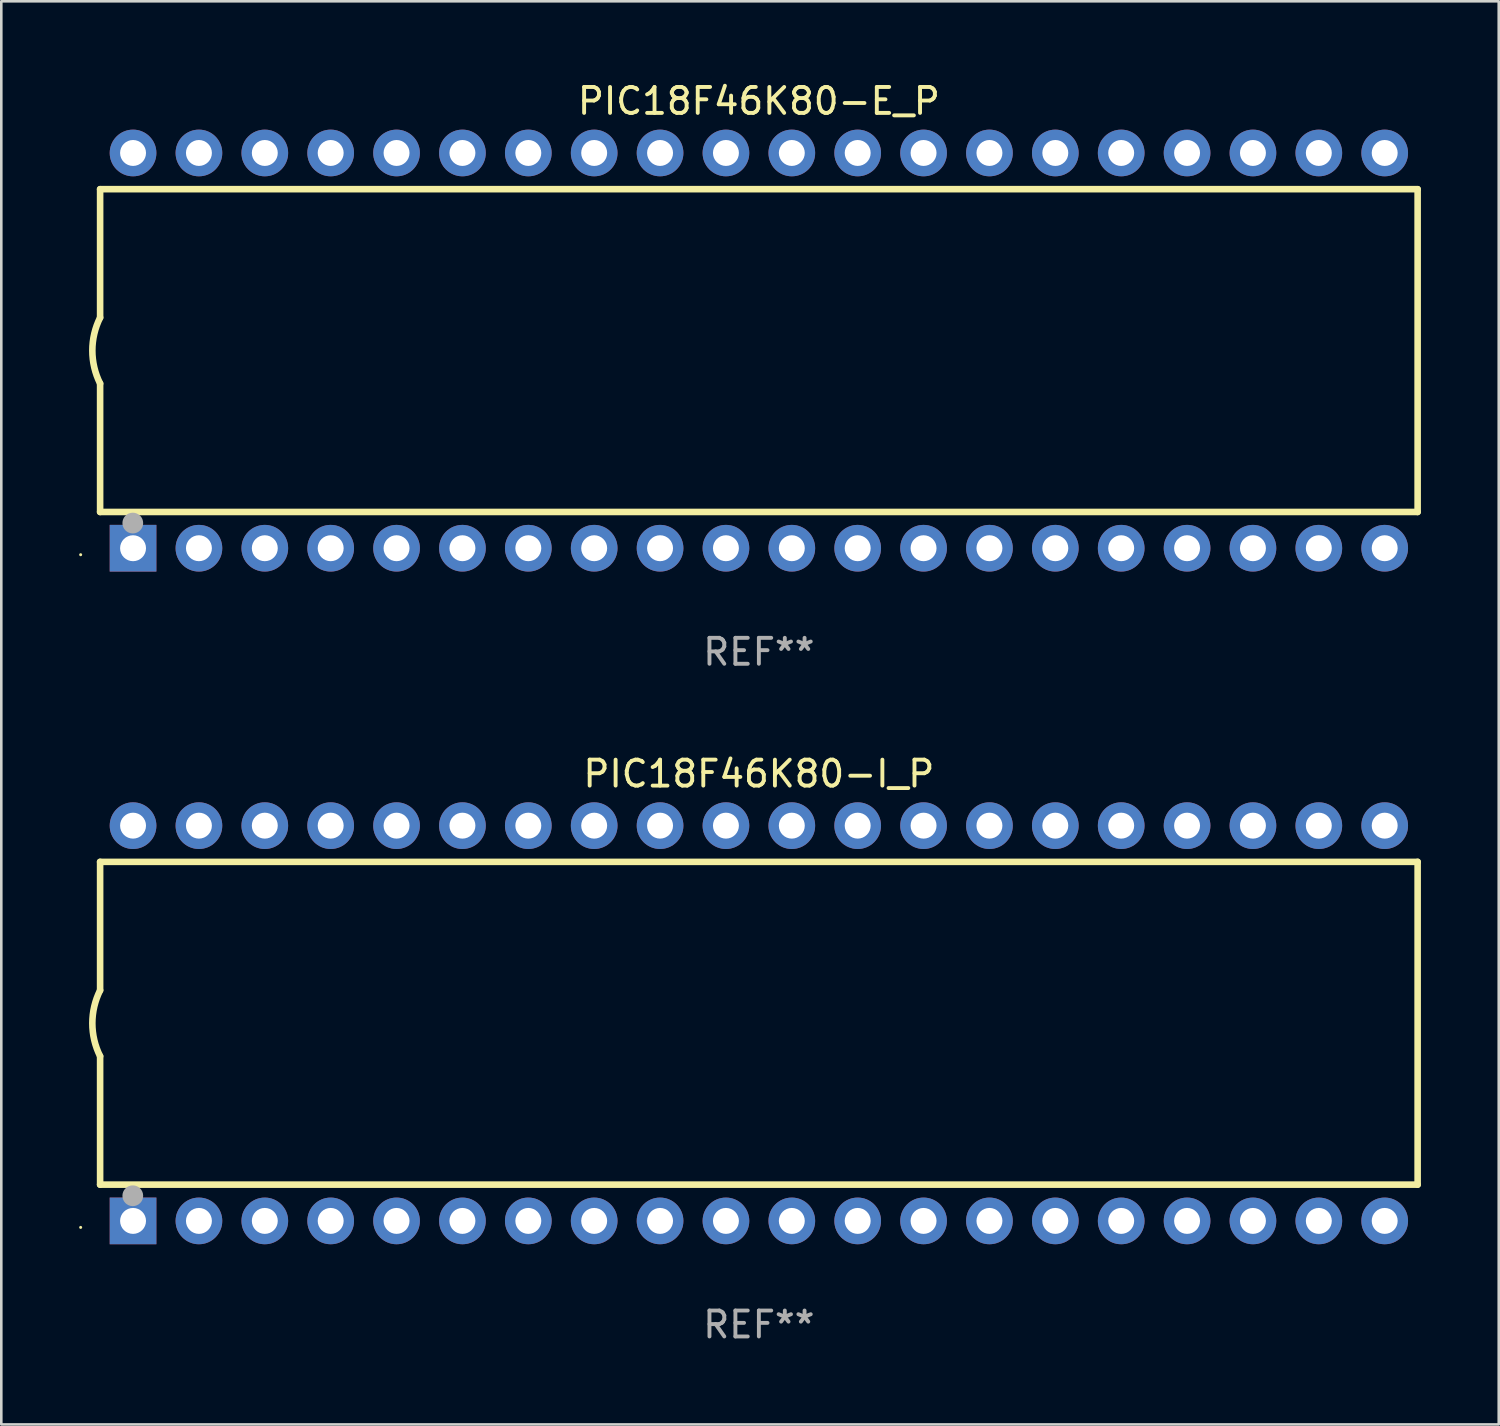
<source format=kicad_pcb>
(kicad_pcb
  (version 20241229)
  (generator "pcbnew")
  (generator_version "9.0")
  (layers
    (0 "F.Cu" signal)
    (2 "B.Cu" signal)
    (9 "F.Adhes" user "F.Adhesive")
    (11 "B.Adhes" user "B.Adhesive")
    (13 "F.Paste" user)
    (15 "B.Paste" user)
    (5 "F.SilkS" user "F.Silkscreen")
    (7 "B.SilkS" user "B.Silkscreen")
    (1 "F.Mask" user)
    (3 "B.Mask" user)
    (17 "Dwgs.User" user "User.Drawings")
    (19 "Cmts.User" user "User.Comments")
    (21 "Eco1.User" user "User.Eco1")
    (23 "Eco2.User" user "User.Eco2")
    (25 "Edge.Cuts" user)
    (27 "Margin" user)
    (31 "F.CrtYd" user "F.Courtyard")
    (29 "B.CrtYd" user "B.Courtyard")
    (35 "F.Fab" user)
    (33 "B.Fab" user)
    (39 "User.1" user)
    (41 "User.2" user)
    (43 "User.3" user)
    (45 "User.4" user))
  (footprint "PIC18F46K80-I_P"
    (layer "F.Cu")
    (at 26.21 36.405)
    (property "Reference" "PIC18F46K80-I_P" (at 0 -9.62 0) (layer "F.SilkS") (effects (font (size 1 1) (thickness 0.15))))
    (attr through_hole)
    (fp_line (start -25.4 -6.224) (end -25.4 -1.271) (stroke (width 0.254) (type solid)) (layer "F.SilkS"))
    (fp_line (start -25.4 -6.224) (end 25.4 -6.224) (stroke (width 0.254) (type solid)) (layer "F.SilkS"))
    (fp_line (start -25.4 1.269) (end -25.4 6.222) (stroke (width 0.254) (type solid)) (layer "F.SilkS"))
    (fp_line (start -25.4 6.222) (end 25.4 6.222) (stroke (width 0.254) (type solid)) (layer "F.SilkS"))
    (fp_line (start 25.4 6.222) (end 25.4 -6.224) (stroke (width 0.254) (type solid)) (layer "F.SilkS"))
    (fp_arc (start -25.4 1.269241) (mid -25.699807 -0.000762) (end -25.4 -1.270765) (stroke (width 0.254001) (type solid)) (layer "F.SilkS"))
    (fp_circle (center -26.15 7.87) (end -26.12 7.87) (stroke (width 0.06) (type solid)) (fill no) (layer "F.SilkS"))
    (fp_circle (center -24.14 6.65) (end -23.94 6.65) (stroke (width 0.4) (type solid)) (fill no) (layer "F.Fab"))
    (fp_text user "REF**" (at 0 11.62 0) (layer "F.Fab") (effects (font (size 1 1) (thickness 0.15))))
    (pad "1" thru_hole rect (at -24.13 7.62 90) (size 1.8 1.8) (drill 1) (layers "*.Cu" "*.Mask"))
    (pad "2" thru_hole circle (at -21.59 7.62) (size 1.8 1.8) (drill 1) (layers "*.Cu" "*.Mask"))
    (pad "3" thru_hole circle (at -19.05 7.62) (size 1.8 1.8) (drill 1) (layers "*.Cu" "*.Mask"))
    (pad "4" thru_hole circle (at -16.51 7.62) (size 1.8 1.8) (drill 1) (layers "*.Cu" "*.Mask"))
    (pad "5" thru_hole circle (at -13.97 7.62) (size 1.8 1.8) (drill 1) (layers "*.Cu" "*.Mask"))
    (pad "6" thru_hole circle (at -11.43 7.62) (size 1.8 1.8) (drill 1) (layers "*.Cu" "*.Mask"))
    (pad "7" thru_hole circle (at -8.89 7.62) (size 1.8 1.8) (drill 1) (layers "*.Cu" "*.Mask"))
    (pad "8" thru_hole circle (at -6.35 7.62) (size 1.8 1.8) (drill 1) (layers "*.Cu" "*.Mask"))
    (pad "9" thru_hole circle (at -3.81 7.62) (size 1.8 1.8) (drill 1) (layers "*.Cu" "*.Mask"))
    (pad "10" thru_hole circle (at -1.27 7.62) (size 1.8 1.8) (drill 1) (layers "*.Cu" "*.Mask"))
    (pad "11" thru_hole circle (at 1.27 7.62) (size 1.8 1.8) (drill 1) (layers "*.Cu" "*.Mask"))
    (pad "12" thru_hole circle (at 3.81 7.62) (size 1.8 1.8) (drill 1) (layers "*.Cu" "*.Mask"))
    (pad "13" thru_hole circle (at 6.35 7.62) (size 1.8 1.8) (drill 1) (layers "*.Cu" "*.Mask"))
    (pad "14" thru_hole circle (at 8.89 7.62) (size 1.8 1.8) (drill 1) (layers "*.Cu" "*.Mask"))
    (pad "15" thru_hole circle (at 11.43 7.62) (size 1.8 1.8) (drill 1) (layers "*.Cu" "*.Mask"))
    (pad "16" thru_hole circle (at 13.97 7.62) (size 1.8 1.8) (drill 1) (layers "*.Cu" "*.Mask"))
    (pad "17" thru_hole circle (at 16.51 7.62) (size 1.8 1.8) (drill 1) (layers "*.Cu" "*.Mask"))
    (pad "18" thru_hole circle (at 19.05 7.62) (size 1.8 1.8) (drill 1) (layers "*.Cu" "*.Mask"))
    (pad "19" thru_hole circle (at 21.59 7.62) (size 1.8 1.8) (drill 1) (layers "*.Cu" "*.Mask"))
    (pad "20" thru_hole circle (at 24.13 7.62) (size 1.8 1.8) (drill 1) (layers "*.Cu" "*.Mask"))
    (pad "21" thru_hole circle (at 24.13 -7.62) (size 1.8 1.8) (drill 1) (layers "*.Cu" "*.Mask"))
    (pad "22" thru_hole circle (at 21.59 -7.62) (size 1.8 1.8) (drill 1) (layers "*.Cu" "*.Mask"))
    (pad "23" thru_hole circle (at 19.05 -7.62) (size 1.8 1.8) (drill 1) (layers "*.Cu" "*.Mask"))
    (pad "24" thru_hole circle (at 16.51 -7.62) (size 1.8 1.8) (drill 1) (layers "*.Cu" "*.Mask"))
    (pad "25" thru_hole circle (at 13.97 -7.62) (size 1.8 1.8) (drill 1) (layers "*.Cu" "*.Mask"))
    (pad "26" thru_hole circle (at 11.43 -7.62) (size 1.8 1.8) (drill 1) (layers "*.Cu" "*.Mask"))
    (pad "27" thru_hole circle (at 8.89 -7.62) (size 1.8 1.8) (drill 1) (layers "*.Cu" "*.Mask"))
    (pad "28" thru_hole circle (at 6.35 -7.62) (size 1.8 1.8) (drill 1) (layers "*.Cu" "*.Mask"))
    (pad "29" thru_hole circle (at 3.81 -7.62) (size 1.8 1.8) (drill 1) (layers "*.Cu" "*.Mask"))
    (pad "30" thru_hole circle (at 1.27 -7.62) (size 1.8 1.8) (drill 1) (layers "*.Cu" "*.Mask"))
    (pad "31" thru_hole circle (at -1.27 -7.62) (size 1.8 1.8) (drill 1) (layers "*.Cu" "*.Mask"))
    (pad "32" thru_hole circle (at -3.81 -7.62) (size 1.8 1.8) (drill 1) (layers "*.Cu" "*.Mask"))
    (pad "33" thru_hole circle (at -6.35 -7.62) (size 1.8 1.8) (drill 1) (layers "*.Cu" "*.Mask"))
    (pad "34" thru_hole circle (at -8.89 -7.62) (size 1.8 1.8) (drill 1) (layers "*.Cu" "*.Mask"))
    (pad "35" thru_hole circle (at -11.43 -7.62) (size 1.8 1.8) (drill 1) (layers "*.Cu" "*.Mask"))
    (pad "36" thru_hole circle (at -13.97 -7.62) (size 1.8 1.8) (drill 1) (layers "*.Cu" "*.Mask"))
    (pad "37" thru_hole circle (at -16.51 -7.62) (size 1.8 1.8) (drill 1) (layers "*.Cu" "*.Mask"))
    (pad "38" thru_hole circle (at -19.05 -7.62) (size 1.8 1.8) (drill 1) (layers "*.Cu" "*.Mask"))
    (pad "39" thru_hole circle (at -21.59 -7.62) (size 1.8 1.8) (drill 1) (layers "*.Cu" "*.Mask"))
    (pad "40" thru_hole circle (at -24.13 -7.62) (size 1.8 1.8) (drill 1) (layers "*.Cu" "*.Mask")))
  (footprint "PIC18F46K80-E_P"
    (layer "F.Cu")
    (at 26.21 10.468)
    (property "Reference" "PIC18F46K80-E_P" (at 0 -9.62 0) (layer "F.SilkS") (effects (font (size 1 1) (thickness 0.15))))
    (attr through_hole)
    (fp_line (start -25.4 -6.224) (end -25.4 -1.271) (stroke (width 0.254) (type solid)) (layer "F.SilkS"))
    (fp_line (start -25.4 -6.224) (end 25.4 -6.224) (stroke (width 0.254) (type solid)) (layer "F.SilkS"))
    (fp_line (start -25.4 1.269) (end -25.4 6.222) (stroke (width 0.254) (type solid)) (layer "F.SilkS"))
    (fp_line (start -25.4 6.222) (end 25.4 6.222) (stroke (width 0.254) (type solid)) (layer "F.SilkS"))
    (fp_line (start 25.4 6.222) (end 25.4 -6.224) (stroke (width 0.254) (type solid)) (layer "F.SilkS"))
    (fp_arc (start -25.4 1.269241) (mid -25.699807 -0.000762) (end -25.4 -1.270765) (stroke (width 0.254001) (type solid)) (layer "F.SilkS"))
    (fp_circle (center -26.15 7.87) (end -26.12 7.87) (stroke (width 0.06) (type solid)) (fill no) (layer "F.SilkS"))
    (fp_circle (center -24.14 6.65) (end -23.94 6.65) (stroke (width 0.4) (type solid)) (fill no) (layer "F.Fab"))
    (fp_text user "REF**" (at 0 11.62 0) (layer "F.Fab") (effects (font (size 1 1) (thickness 0.15))))
    (pad "1" thru_hole rect (at -24.13 7.62 90) (size 1.8 1.8) (drill 1) (layers "*.Cu" "*.Mask"))
    (pad "2" thru_hole circle (at -21.59 7.62) (size 1.8 1.8) (drill 1) (layers "*.Cu" "*.Mask"))
    (pad "3" thru_hole circle (at -19.05 7.62) (size 1.8 1.8) (drill 1) (layers "*.Cu" "*.Mask"))
    (pad "4" thru_hole circle (at -16.51 7.62) (size 1.8 1.8) (drill 1) (layers "*.Cu" "*.Mask"))
    (pad "5" thru_hole circle (at -13.97 7.62) (size 1.8 1.8) (drill 1) (layers "*.Cu" "*.Mask"))
    (pad "6" thru_hole circle (at -11.43 7.62) (size 1.8 1.8) (drill 1) (layers "*.Cu" "*.Mask"))
    (pad "7" thru_hole circle (at -8.89 7.62) (size 1.8 1.8) (drill 1) (layers "*.Cu" "*.Mask"))
    (pad "8" thru_hole circle (at -6.35 7.62) (size 1.8 1.8) (drill 1) (layers "*.Cu" "*.Mask"))
    (pad "9" thru_hole circle (at -3.81 7.62) (size 1.8 1.8) (drill 1) (layers "*.Cu" "*.Mask"))
    (pad "10" thru_hole circle (at -1.27 7.62) (size 1.8 1.8) (drill 1) (layers "*.Cu" "*.Mask"))
    (pad "11" thru_hole circle (at 1.27 7.62) (size 1.8 1.8) (drill 1) (layers "*.Cu" "*.Mask"))
    (pad "12" thru_hole circle (at 3.81 7.62) (size 1.8 1.8) (drill 1) (layers "*.Cu" "*.Mask"))
    (pad "13" thru_hole circle (at 6.35 7.62) (size 1.8 1.8) (drill 1) (layers "*.Cu" "*.Mask"))
    (pad "14" thru_hole circle (at 8.89 7.62) (size 1.8 1.8) (drill 1) (layers "*.Cu" "*.Mask"))
    (pad "15" thru_hole circle (at 11.43 7.62) (size 1.8 1.8) (drill 1) (layers "*.Cu" "*.Mask"))
    (pad "16" thru_hole circle (at 13.97 7.62) (size 1.8 1.8) (drill 1) (layers "*.Cu" "*.Mask"))
    (pad "17" thru_hole circle (at 16.51 7.62) (size 1.8 1.8) (drill 1) (layers "*.Cu" "*.Mask"))
    (pad "18" thru_hole circle (at 19.05 7.62) (size 1.8 1.8) (drill 1) (layers "*.Cu" "*.Mask"))
    (pad "19" thru_hole circle (at 21.59 7.62) (size 1.8 1.8) (drill 1) (layers "*.Cu" "*.Mask"))
    (pad "20" thru_hole circle (at 24.13 7.62) (size 1.8 1.8) (drill 1) (layers "*.Cu" "*.Mask"))
    (pad "21" thru_hole circle (at 24.13 -7.62) (size 1.8 1.8) (drill 1) (layers "*.Cu" "*.Mask"))
    (pad "22" thru_hole circle (at 21.59 -7.62) (size 1.8 1.8) (drill 1) (layers "*.Cu" "*.Mask"))
    (pad "23" thru_hole circle (at 19.05 -7.62) (size 1.8 1.8) (drill 1) (layers "*.Cu" "*.Mask"))
    (pad "24" thru_hole circle (at 16.51 -7.62) (size 1.8 1.8) (drill 1) (layers "*.Cu" "*.Mask"))
    (pad "25" thru_hole circle (at 13.97 -7.62) (size 1.8 1.8) (drill 1) (layers "*.Cu" "*.Mask"))
    (pad "26" thru_hole circle (at 11.43 -7.62) (size 1.8 1.8) (drill 1) (layers "*.Cu" "*.Mask"))
    (pad "27" thru_hole circle (at 8.89 -7.62) (size 1.8 1.8) (drill 1) (layers "*.Cu" "*.Mask"))
    (pad "28" thru_hole circle (at 6.35 -7.62) (size 1.8 1.8) (drill 1) (layers "*.Cu" "*.Mask"))
    (pad "29" thru_hole circle (at 3.81 -7.62) (size 1.8 1.8) (drill 1) (layers "*.Cu" "*.Mask"))
    (pad "30" thru_hole circle (at 1.27 -7.62) (size 1.8 1.8) (drill 1) (layers "*.Cu" "*.Mask"))
    (pad "31" thru_hole circle (at -1.27 -7.62) (size 1.8 1.8) (drill 1) (layers "*.Cu" "*.Mask"))
    (pad "32" thru_hole circle (at -3.81 -7.62) (size 1.8 1.8) (drill 1) (layers "*.Cu" "*.Mask"))
    (pad "33" thru_hole circle (at -6.35 -7.62) (size 1.8 1.8) (drill 1) (layers "*.Cu" "*.Mask"))
    (pad "34" thru_hole circle (at -8.89 -7.62) (size 1.8 1.8) (drill 1) (layers "*.Cu" "*.Mask"))
    (pad "35" thru_hole circle (at -11.43 -7.62) (size 1.8 1.8) (drill 1) (layers "*.Cu" "*.Mask"))
    (pad "36" thru_hole circle (at -13.97 -7.62) (size 1.8 1.8) (drill 1) (layers "*.Cu" "*.Mask"))
    (pad "37" thru_hole circle (at -16.51 -7.62) (size 1.8 1.8) (drill 1) (layers "*.Cu" "*.Mask"))
    (pad "38" thru_hole circle (at -19.05 -7.62) (size 1.8 1.8) (drill 1) (layers "*.Cu" "*.Mask"))
    (pad "39" thru_hole circle (at -21.59 -7.62) (size 1.8 1.8) (drill 1) (layers "*.Cu" "*.Mask"))
    (pad "40" thru_hole circle (at -24.13 -7.62) (size 1.8 1.8) (drill 1) (layers "*.Cu" "*.Mask")))
  (gr_rect
    (start -3 -3)
    (end 54.737 51.873)
    (stroke (width 0.1) (type default))
    (fill no)
    (layer "Edge.Cuts")))
</source>
